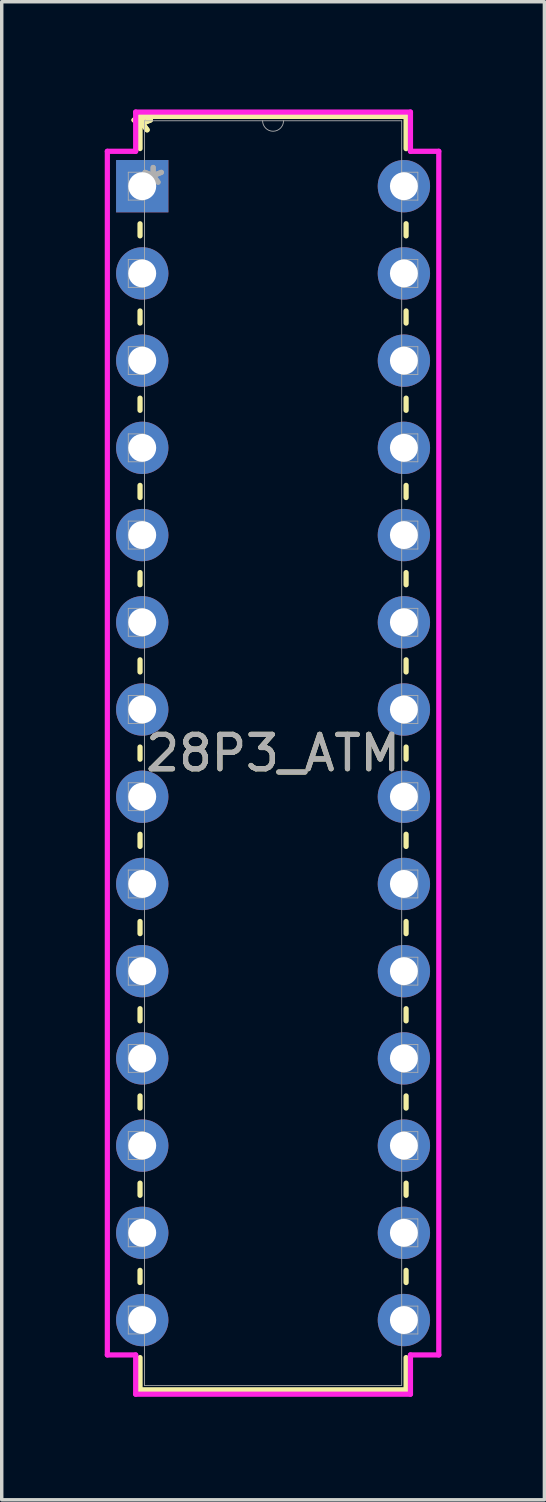
<source format=kicad_pcb>
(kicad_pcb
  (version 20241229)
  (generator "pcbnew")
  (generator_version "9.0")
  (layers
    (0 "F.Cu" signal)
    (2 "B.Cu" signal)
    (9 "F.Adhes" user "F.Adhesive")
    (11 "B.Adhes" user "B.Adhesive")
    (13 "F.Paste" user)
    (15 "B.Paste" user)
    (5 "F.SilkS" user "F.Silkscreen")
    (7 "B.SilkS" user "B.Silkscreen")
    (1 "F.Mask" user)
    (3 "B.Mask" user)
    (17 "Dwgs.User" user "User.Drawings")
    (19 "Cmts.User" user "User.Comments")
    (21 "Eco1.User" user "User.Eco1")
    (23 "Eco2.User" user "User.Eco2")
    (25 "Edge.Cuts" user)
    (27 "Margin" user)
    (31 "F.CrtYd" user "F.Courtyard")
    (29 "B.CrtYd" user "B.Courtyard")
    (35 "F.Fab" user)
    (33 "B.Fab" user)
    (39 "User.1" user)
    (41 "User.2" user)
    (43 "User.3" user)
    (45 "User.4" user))
  (footprint "28P3_ATM"
    (layer "F.Cu")
    (at 1.092 2.372)
    (property "Reference" "28P3_ATM" (at 3.81 16.51 0) (unlocked yes) (layer "F.SilkS") (effects (font (size 1 1) (thickness 0.15))))
    (attr through_hole)
    (fp_line (start -0.064 -2.032) (end -0.064 -1.095) (stroke (width 0.152) (type solid)) (layer "F.SilkS"))
    (fp_line (start -0.064 1.095) (end -0.064 1.447) (stroke (width 0.152) (type solid)) (layer "F.SilkS"))
    (fp_line (start -0.064 3.633) (end -0.064 3.987) (stroke (width 0.152) (type solid)) (layer "F.SilkS"))
    (fp_line (start -0.064 6.173) (end -0.064 6.527) (stroke (width 0.152) (type solid)) (layer "F.SilkS"))
    (fp_line (start -0.064 8.713) (end -0.064 9.067) (stroke (width 0.152) (type solid)) (layer "F.SilkS"))
    (fp_line (start -0.064 11.253) (end -0.064 11.607) (stroke (width 0.152) (type solid)) (layer "F.SilkS"))
    (fp_line (start -0.064 13.793) (end -0.064 14.147) (stroke (width 0.152) (type solid)) (layer "F.SilkS"))
    (fp_line (start -0.064 16.333) (end -0.064 16.687) (stroke (width 0.152) (type solid)) (layer "F.SilkS"))
    (fp_line (start -0.064 18.873) (end -0.064 19.227) (stroke (width 0.152) (type solid)) (layer "F.SilkS"))
    (fp_line (start -0.064 21.413) (end -0.064 21.767) (stroke (width 0.152) (type solid)) (layer "F.SilkS"))
    (fp_line (start -0.064 23.953) (end -0.064 24.307) (stroke (width 0.152) (type solid)) (layer "F.SilkS"))
    (fp_line (start -0.064 26.493) (end -0.064 26.847) (stroke (width 0.152) (type solid)) (layer "F.SilkS"))
    (fp_line (start -0.064 29.033) (end -0.064 29.387) (stroke (width 0.152) (type solid)) (layer "F.SilkS"))
    (fp_line (start -0.064 31.573) (end -0.064 31.927) (stroke (width 0.152) (type solid)) (layer "F.SilkS"))
    (fp_line (start -0.064 34.113) (end -0.064 35.052) (stroke (width 0.152) (type solid)) (layer "F.SilkS"))
    (fp_line (start -0.064 35.052) (end 7.684 35.052) (stroke (width 0.152) (type solid)) (layer "F.SilkS"))
    (fp_line (start 7.684 -2.032) (end -0.064 -2.032) (stroke (width 0.152) (type solid)) (layer "F.SilkS"))
    (fp_line (start 7.684 -1.093) (end 7.684 -2.032) (stroke (width 0.152) (type solid)) (layer "F.SilkS"))
    (fp_line (start 7.684 1.447) (end 7.684 1.093) (stroke (width 0.152) (type solid)) (layer "F.SilkS"))
    (fp_line (start 7.684 3.987) (end 7.684 3.633) (stroke (width 0.152) (type solid)) (layer "F.SilkS"))
    (fp_line (start 7.684 6.527) (end 7.684 6.173) (stroke (width 0.152) (type solid)) (layer "F.SilkS"))
    (fp_line (start 7.684 9.067) (end 7.684 8.713) (stroke (width 0.152) (type solid)) (layer "F.SilkS"))
    (fp_line (start 7.684 11.607) (end 7.684 11.253) (stroke (width 0.152) (type solid)) (layer "F.SilkS"))
    (fp_line (start 7.684 14.147) (end 7.684 13.793) (stroke (width 0.152) (type solid)) (layer "F.SilkS"))
    (fp_line (start 7.684 16.687) (end 7.684 16.333) (stroke (width 0.152) (type solid)) (layer "F.SilkS"))
    (fp_line (start 7.684 19.227) (end 7.684 18.873) (stroke (width 0.152) (type solid)) (layer "F.SilkS"))
    (fp_line (start 7.684 21.767) (end 7.684 21.413) (stroke (width 0.152) (type solid)) (layer "F.SilkS"))
    (fp_line (start 7.684 24.307) (end 7.684 23.953) (stroke (width 0.152) (type solid)) (layer "F.SilkS"))
    (fp_line (start 7.684 26.847) (end 7.684 26.493) (stroke (width 0.152) (type solid)) (layer "F.SilkS"))
    (fp_line (start 7.684 29.387) (end 7.684 29.033) (stroke (width 0.152) (type solid)) (layer "F.SilkS"))
    (fp_line (start 7.684 31.927) (end 7.684 31.573) (stroke (width 0.152) (type solid)) (layer "F.SilkS"))
    (fp_line (start 7.684 35.052) (end 7.684 34.113) (stroke (width 0.152) (type solid)) (layer "F.SilkS"))
    (fp_line (start -1.016 -1.016) (end -0.191 -1.016) (stroke (width 0.152) (type solid)) (layer "F.CrtYd"))
    (fp_line (start -1.016 34.036) (end -1.016 -1.016) (stroke (width 0.152) (type solid)) (layer "F.CrtYd"))
    (fp_line (start -0.191 -2.159) (end 7.811 -2.159) (stroke (width 0.152) (type solid)) (layer "F.CrtYd"))
    (fp_line (start -0.191 -1.016) (end -0.191 -2.159) (stroke (width 0.152) (type solid)) (layer "F.CrtYd"))
    (fp_line (start -0.191 34.036) (end -1.016 34.036) (stroke (width 0.152) (type solid)) (layer "F.CrtYd"))
    (fp_line (start -0.191 35.179) (end -0.191 34.036) (stroke (width 0.152) (type solid)) (layer "F.CrtYd"))
    (fp_line (start 7.811 -2.159) (end 7.811 -1.016) (stroke (width 0.152) (type solid)) (layer "F.CrtYd"))
    (fp_line (start 7.811 34.036) (end 7.811 35.179) (stroke (width 0.152) (type solid)) (layer "F.CrtYd"))
    (fp_line (start 7.811 35.179) (end -0.191 35.179) (stroke (width 0.152) (type solid)) (layer "F.CrtYd"))
    (fp_line (start 8.636 -1.016) (end 7.811 -1.016) (stroke (width 0.152) (type solid)) (layer "F.CrtYd"))
    (fp_line (start 8.636 -1.016) (end 8.636 34.036) (stroke (width 0.152) (type solid)) (layer "F.CrtYd"))
    (fp_line (start 8.636 34.036) (end 7.811 34.036) (stroke (width 0.152) (type solid)) (layer "F.CrtYd"))
    (fp_line (start -0.406 -0.406) (end -0.406 0.406) (stroke (width 0.025) (type solid)) (layer "F.Fab"))
    (fp_line (start -0.406 0.406) (end 0.064 0.406) (stroke (width 0.025) (type solid)) (layer "F.Fab"))
    (fp_line (start -0.406 2.134) (end -0.406 2.946) (stroke (width 0.025) (type solid)) (layer "F.Fab"))
    (fp_line (start -0.406 2.946) (end 0.064 2.946) (stroke (width 0.025) (type solid)) (layer "F.Fab"))
    (fp_line (start -0.406 4.674) (end -0.406 5.486) (stroke (width 0.025) (type solid)) (layer "F.Fab"))
    (fp_line (start -0.406 5.486) (end 0.064 5.486) (stroke (width 0.025) (type solid)) (layer "F.Fab"))
    (fp_line (start -0.406 7.214) (end -0.406 8.026) (stroke (width 0.025) (type solid)) (layer "F.Fab"))
    (fp_line (start -0.406 8.026) (end 0.064 8.026) (stroke (width 0.025) (type solid)) (layer "F.Fab"))
    (fp_line (start -0.406 9.754) (end -0.406 10.566) (stroke (width 0.025) (type solid)) (layer "F.Fab"))
    (fp_line (start -0.406 10.566) (end 0.064 10.566) (stroke (width 0.025) (type solid)) (layer "F.Fab"))
    (fp_line (start -0.406 12.294) (end -0.406 13.106) (stroke (width 0.025) (type solid)) (layer "F.Fab"))
    (fp_line (start -0.406 13.106) (end 0.064 13.106) (stroke (width 0.025) (type solid)) (layer "F.Fab"))
    (fp_line (start -0.406 14.834) (end -0.406 15.646) (stroke (width 0.025) (type solid)) (layer "F.Fab"))
    (fp_line (start -0.406 15.646) (end 0.064 15.646) (stroke (width 0.025) (type solid)) (layer "F.Fab"))
    (fp_line (start -0.406 17.374) (end -0.406 18.186) (stroke (width 0.025) (type solid)) (layer "F.Fab"))
    (fp_line (start -0.406 18.186) (end 0.064 18.186) (stroke (width 0.025) (type solid)) (layer "F.Fab"))
    (fp_line (start -0.406 19.914) (end -0.406 20.726) (stroke (width 0.025) (type solid)) (layer "F.Fab"))
    (fp_line (start -0.406 20.726) (end 0.064 20.726) (stroke (width 0.025) (type solid)) (layer "F.Fab"))
    (fp_line (start -0.406 22.454) (end -0.406 23.266) (stroke (width 0.025) (type solid)) (layer "F.Fab"))
    (fp_line (start -0.406 23.266) (end 0.064 23.266) (stroke (width 0.025) (type solid)) (layer "F.Fab"))
    (fp_line (start -0.406 24.994) (end -0.406 25.806) (stroke (width 0.025) (type solid)) (layer "F.Fab"))
    (fp_line (start -0.406 25.806) (end 0.064 25.806) (stroke (width 0.025) (type solid)) (layer "F.Fab"))
    (fp_line (start -0.406 27.534) (end -0.406 28.346) (stroke (width 0.025) (type solid)) (layer "F.Fab"))
    (fp_line (start -0.406 28.346) (end 0.064 28.346) (stroke (width 0.025) (type solid)) (layer "F.Fab"))
    (fp_line (start -0.406 30.074) (end -0.406 30.886) (stroke (width 0.025) (type solid)) (layer "F.Fab"))
    (fp_line (start -0.406 30.886) (end 0.064 30.886) (stroke (width 0.025) (type solid)) (layer "F.Fab"))
    (fp_line (start -0.406 32.614) (end -0.406 33.426) (stroke (width 0.025) (type solid)) (layer "F.Fab"))
    (fp_line (start -0.406 33.426) (end 0.064 33.426) (stroke (width 0.025) (type solid)) (layer "F.Fab"))
    (fp_line (start 0.064 -1.905) (end 0.064 34.925) (stroke (width 0.025) (type solid)) (layer "F.Fab"))
    (fp_line (start 0.064 -0.406) (end -0.406 -0.406) (stroke (width 0.025) (type solid)) (layer "F.Fab"))
    (fp_line (start 0.064 0.406) (end 0.064 -0.406) (stroke (width 0.025) (type solid)) (layer "F.Fab"))
    (fp_line (start 0.064 2.134) (end -0.406 2.134) (stroke (width 0.025) (type solid)) (layer "F.Fab"))
    (fp_line (start 0.064 2.946) (end 0.064 2.134) (stroke (width 0.025) (type solid)) (layer "F.Fab"))
    (fp_line (start 0.064 4.674) (end -0.406 4.674) (stroke (width 0.025) (type solid)) (layer "F.Fab"))
    (fp_line (start 0.064 5.486) (end 0.064 4.674) (stroke (width 0.025) (type solid)) (layer "F.Fab"))
    (fp_line (start 0.064 7.214) (end -0.406 7.214) (stroke (width 0.025) (type solid)) (layer "F.Fab"))
    (fp_line (start 0.064 8.026) (end 0.064 7.214) (stroke (width 0.025) (type solid)) (layer "F.Fab"))
    (fp_line (start 0.064 9.754) (end -0.406 9.754) (stroke (width 0.025) (type solid)) (layer "F.Fab"))
    (fp_line (start 0.064 10.566) (end 0.064 9.754) (stroke (width 0.025) (type solid)) (layer "F.Fab"))
    (fp_line (start 0.064 12.294) (end -0.406 12.294) (stroke (width 0.025) (type solid)) (layer "F.Fab"))
    (fp_line (start 0.064 13.106) (end 0.064 12.294) (stroke (width 0.025) (type solid)) (layer "F.Fab"))
    (fp_line (start 0.064 14.834) (end -0.406 14.834) (stroke (width 0.025) (type solid)) (layer "F.Fab"))
    (fp_line (start 0.064 15.646) (end 0.064 14.834) (stroke (width 0.025) (type solid)) (layer "F.Fab"))
    (fp_line (start 0.064 17.374) (end -0.406 17.374) (stroke (width 0.025) (type solid)) (layer "F.Fab"))
    (fp_line (start 0.064 18.186) (end 0.064 17.374) (stroke (width 0.025) (type solid)) (layer "F.Fab"))
    (fp_line (start 0.064 19.914) (end -0.406 19.914) (stroke (width 0.025) (type solid)) (layer "F.Fab"))
    (fp_line (start 0.064 20.726) (end 0.064 19.914) (stroke (width 0.025) (type solid)) (layer "F.Fab"))
    (fp_line (start 0.064 22.454) (end -0.406 22.454) (stroke (width 0.025) (type solid)) (layer "F.Fab"))
    (fp_line (start 0.064 23.266) (end 0.064 22.454) (stroke (width 0.025) (type solid)) (layer "F.Fab"))
    (fp_line (start 0.064 24.994) (end -0.406 24.994) (stroke (width 0.025) (type solid)) (layer "F.Fab"))
    (fp_line (start 0.064 25.806) (end 0.064 24.994) (stroke (width 0.025) (type solid)) (layer "F.Fab"))
    (fp_line (start 0.064 27.534) (end -0.406 27.534) (stroke (width 0.025) (type solid)) (layer "F.Fab"))
    (fp_line (start 0.064 28.346) (end 0.064 27.534) (stroke (width 0.025) (type solid)) (layer "F.Fab"))
    (fp_line (start 0.064 30.074) (end -0.406 30.074) (stroke (width 0.025) (type solid)) (layer "F.Fab"))
    (fp_line (start 0.064 30.886) (end 0.064 30.074) (stroke (width 0.025) (type solid)) (layer "F.Fab"))
    (fp_line (start 0.064 32.614) (end -0.406 32.614) (stroke (width 0.025) (type solid)) (layer "F.Fab"))
    (fp_line (start 0.064 33.426) (end 0.064 32.614) (stroke (width 0.025) (type solid)) (layer "F.Fab"))
    (fp_line (start 0.064 34.925) (end 7.556 34.925) (stroke (width 0.025) (type solid)) (layer "F.Fab"))
    (fp_line (start 7.556 -1.905) (end 0.064 -1.905) (stroke (width 0.025) (type solid)) (layer "F.Fab"))
    (fp_line (start 7.556 -0.406) (end 7.556 0.406) (stroke (width 0.025) (type solid)) (layer "F.Fab"))
    (fp_line (start 7.556 0.406) (end 8.026 0.406) (stroke (width 0.025) (type solid)) (layer "F.Fab"))
    (fp_line (start 7.556 2.134) (end 7.556 2.946) (stroke (width 0.025) (type solid)) (layer "F.Fab"))
    (fp_line (start 7.556 2.946) (end 8.026 2.946) (stroke (width 0.025) (type solid)) (layer "F.Fab"))
    (fp_line (start 7.556 4.674) (end 7.556 5.486) (stroke (width 0.025) (type solid)) (layer "F.Fab"))
    (fp_line (start 7.556 5.486) (end 8.026 5.486) (stroke (width 0.025) (type solid)) (layer "F.Fab"))
    (fp_line (start 7.556 7.214) (end 7.556 8.026) (stroke (width 0.025) (type solid)) (layer "F.Fab"))
    (fp_line (start 7.556 8.026) (end 8.026 8.026) (stroke (width 0.025) (type solid)) (layer "F.Fab"))
    (fp_line (start 7.556 9.754) (end 7.556 10.566) (stroke (width 0.025) (type solid)) (layer "F.Fab"))
    (fp_line (start 7.556 10.566) (end 8.026 10.566) (stroke (width 0.025) (type solid)) (layer "F.Fab"))
    (fp_line (start 7.556 12.294) (end 7.556 13.106) (stroke (width 0.025) (type solid)) (layer "F.Fab"))
    (fp_line (start 7.556 13.106) (end 8.026 13.106) (stroke (width 0.025) (type solid)) (layer "F.Fab"))
    (fp_line (start 7.556 14.834) (end 7.556 15.646) (stroke (width 0.025) (type solid)) (layer "F.Fab"))
    (fp_line (start 7.556 15.646) (end 8.026 15.646) (stroke (width 0.025) (type solid)) (layer "F.Fab"))
    (fp_line (start 7.556 17.374) (end 7.556 18.186) (stroke (width 0.025) (type solid)) (layer "F.Fab"))
    (fp_line (start 7.556 18.186) (end 8.026 18.186) (stroke (width 0.025) (type solid)) (layer "F.Fab"))
    (fp_line (start 7.556 19.914) (end 7.556 20.726) (stroke (width 0.025) (type solid)) (layer "F.Fab"))
    (fp_line (start 7.556 20.726) (end 8.026 20.726) (stroke (width 0.025) (type solid)) (layer "F.Fab"))
    (fp_line (start 7.556 22.454) (end 7.556 23.266) (stroke (width 0.025) (type solid)) (layer "F.Fab"))
    (fp_line (start 7.556 23.266) (end 8.026 23.266) (stroke (width 0.025) (type solid)) (layer "F.Fab"))
    (fp_line (start 7.556 24.994) (end 7.556 25.806) (stroke (width 0.025) (type solid)) (layer "F.Fab"))
    (fp_line (start 7.556 25.806) (end 8.026 25.806) (stroke (width 0.025) (type solid)) (layer "F.Fab"))
    (fp_line (start 7.556 27.534) (end 7.556 28.346) (stroke (width 0.025) (type solid)) (layer "F.Fab"))
    (fp_line (start 7.556 28.346) (end 8.026 28.346) (stroke (width 0.025) (type solid)) (layer "F.Fab"))
    (fp_line (start 7.556 30.074) (end 7.556 30.886) (stroke (width 0.025) (type solid)) (layer "F.Fab"))
    (fp_line (start 7.556 30.886) (end 8.026 30.886) (stroke (width 0.025) (type solid)) (layer "F.Fab"))
    (fp_line (start 7.556 32.614) (end 7.556 33.426) (stroke (width 0.025) (type solid)) (layer "F.Fab"))
    (fp_line (start 7.556 33.426) (end 8.026 33.426) (stroke (width 0.025) (type solid)) (layer "F.Fab"))
    (fp_line (start 7.556 34.925) (end 7.556 -1.905) (stroke (width 0.025) (type solid)) (layer "F.Fab"))
    (fp_line (start 8.026 -0.406) (end 7.556 -0.406) (stroke (width 0.025) (type solid)) (layer "F.Fab"))
    (fp_line (start 8.026 0.406) (end 8.026 -0.406) (stroke (width 0.025) (type solid)) (layer "F.Fab"))
    (fp_line (start 8.026 2.134) (end 7.556 2.134) (stroke (width 0.025) (type solid)) (layer "F.Fab"))
    (fp_line (start 8.026 2.946) (end 8.026 2.134) (stroke (width 0.025) (type solid)) (layer "F.Fab"))
    (fp_line (start 8.026 4.674) (end 7.556 4.674) (stroke (width 0.025) (type solid)) (layer "F.Fab"))
    (fp_line (start 8.026 5.486) (end 8.026 4.674) (stroke (width 0.025) (type solid)) (layer "F.Fab"))
    (fp_line (start 8.026 7.214) (end 7.556 7.214) (stroke (width 0.025) (type solid)) (layer "F.Fab"))
    (fp_line (start 8.026 8.026) (end 8.026 7.214) (stroke (width 0.025) (type solid)) (layer "F.Fab"))
    (fp_line (start 8.026 9.754) (end 7.556 9.754) (stroke (width 0.025) (type solid)) (layer "F.Fab"))
    (fp_line (start 8.026 10.566) (end 8.026 9.754) (stroke (width 0.025) (type solid)) (layer "F.Fab"))
    (fp_line (start 8.026 12.294) (end 7.556 12.294) (stroke (width 0.025) (type solid)) (layer "F.Fab"))
    (fp_line (start 8.026 13.106) (end 8.026 12.294) (stroke (width 0.025) (type solid)) (layer "F.Fab"))
    (fp_line (start 8.026 14.834) (end 7.556 14.834) (stroke (width 0.025) (type solid)) (layer "F.Fab"))
    (fp_line (start 8.026 15.646) (end 8.026 14.834) (stroke (width 0.025) (type solid)) (layer "F.Fab"))
    (fp_line (start 8.026 17.374) (end 7.556 17.374) (stroke (width 0.025) (type solid)) (layer "F.Fab"))
    (fp_line (start 8.026 18.186) (end 8.026 17.374) (stroke (width 0.025) (type solid)) (layer "F.Fab"))
    (fp_line (start 8.026 19.914) (end 7.556 19.914) (stroke (width 0.025) (type solid)) (layer "F.Fab"))
    (fp_line (start 8.026 20.726) (end 8.026 19.914) (stroke (width 0.025) (type solid)) (layer "F.Fab"))
    (fp_line (start 8.026 22.454) (end 7.556 22.454) (stroke (width 0.025) (type solid)) (layer "F.Fab"))
    (fp_line (start 8.026 23.266) (end 8.026 22.454) (stroke (width 0.025) (type solid)) (layer "F.Fab"))
    (fp_line (start 8.026 24.994) (end 7.556 24.994) (stroke (width 0.025) (type solid)) (layer "F.Fab"))
    (fp_line (start 8.026 25.806) (end 8.026 24.994) (stroke (width 0.025) (type solid)) (layer "F.Fab"))
    (fp_line (start 8.026 27.534) (end 7.556 27.534) (stroke (width 0.025) (type solid)) (layer "F.Fab"))
    (fp_line (start 8.026 28.346) (end 8.026 27.534) (stroke (width 0.025) (type solid)) (layer "F.Fab"))
    (fp_line (start 8.026 30.074) (end 7.556 30.074) (stroke (width 0.025) (type solid)) (layer "F.Fab"))
    (fp_line (start 8.026 30.886) (end 8.026 30.074) (stroke (width 0.025) (type solid)) (layer "F.Fab"))
    (fp_line (start 8.026 32.614) (end 7.556 32.614) (stroke (width 0.025) (type solid)) (layer "F.Fab"))
    (fp_line (start 8.026 33.426) (end 8.026 32.614) (stroke (width 0.025) (type solid)) (layer "F.Fab"))
    (fp_arc (start 4.1148 -1.905) (mid 3.81 -1.6002) (end 3.5052 -1.905) (stroke (width 0.0254) (type solid)) (layer "F.Fab"))
    (fp_text user "*" (at 0 -1.524 0) (unlocked yes) (layer "F.SilkS") (effects (font (size 1 1) (thickness 0.15))))
    (fp_text user "*" (at 0 -1.524 0) (layer "F.SilkS") (effects (font (size 1 1) (thickness 0.15))))
    (fp_text user "${REFERENCE}" (at 3.81 16.51 0) (unlocked yes) (layer "F.Fab") (effects (font (size 1 1) (thickness 0.15))))
    (fp_text user "*" (at 0.318 0 0) (unlocked yes) (layer "F.Fab") (effects (font (size 1 1) (thickness 0.15))))
    (fp_text user "*" (at 0.318 0 0) (layer "F.Fab") (effects (font (size 1 1) (thickness 0.15))))
    (pad "1" thru_hole rect (at 0 0) (size 1.524 1.524) (drill 0.813) (layers "*.Cu" "*.Mask"))
    (pad "2" thru_hole circle (at 0 2.54) (size 1.524 1.524) (drill 0.813) (layers "*.Cu" "*.Mask"))
    (pad "3" thru_hole circle (at 0 5.08) (size 1.524 1.524) (drill 0.813) (layers "*.Cu" "*.Mask"))
    (pad "4" thru_hole circle (at 0 7.62) (size 1.524 1.524) (drill 0.813) (layers "*.Cu" "*.Mask"))
    (pad "5" thru_hole circle (at 0 10.16) (size 1.524 1.524) (drill 0.813) (layers "*.Cu" "*.Mask"))
    (pad "6" thru_hole circle (at 0 12.7) (size 1.524 1.524) (drill 0.813) (layers "*.Cu" "*.Mask"))
    (pad "7" thru_hole circle (at 0 15.24) (size 1.524 1.524) (drill 0.813) (layers "*.Cu" "*.Mask"))
    (pad "8" thru_hole circle (at 0 17.78) (size 1.524 1.524) (drill 0.813) (layers "*.Cu" "*.Mask"))
    (pad "9" thru_hole circle (at 0 20.32) (size 1.524 1.524) (drill 0.813) (layers "*.Cu" "*.Mask"))
    (pad "10" thru_hole circle (at 0 22.86) (size 1.524 1.524) (drill 0.813) (layers "*.Cu" "*.Mask"))
    (pad "11" thru_hole circle (at 0 25.4) (size 1.524 1.524) (drill 0.813) (layers "*.Cu" "*.Mask"))
    (pad "12" thru_hole circle (at 0 27.94) (size 1.524 1.524) (drill 0.813) (layers "*.Cu" "*.Mask"))
    (pad "13" thru_hole circle (at 0 30.48) (size 1.524 1.524) (drill 0.813) (layers "*.Cu" "*.Mask"))
    (pad "14" thru_hole circle (at 0 33.02) (size 1.524 1.524) (drill 0.813) (layers "*.Cu" "*.Mask"))
    (pad "15" thru_hole circle (at 7.62 33.02) (size 1.524 1.524) (drill 0.813) (layers "*.Cu" "*.Mask"))
    (pad "16" thru_hole circle (at 7.62 30.48) (size 1.524 1.524) (drill 0.813) (layers "*.Cu" "*.Mask"))
    (pad "17" thru_hole circle (at 7.62 27.94) (size 1.524 1.524) (drill 0.813) (layers "*.Cu" "*.Mask"))
    (pad "18" thru_hole circle (at 7.62 25.4) (size 1.524 1.524) (drill 0.813) (layers "*.Cu" "*.Mask"))
    (pad "19" thru_hole circle (at 7.62 22.86) (size 1.524 1.524) (drill 0.813) (layers "*.Cu" "*.Mask"))
    (pad "20" thru_hole circle (at 7.62 20.32) (size 1.524 1.524) (drill 0.813) (layers "*.Cu" "*.Mask"))
    (pad "21" thru_hole circle (at 7.62 17.78) (size 1.524 1.524) (drill 0.813) (layers "*.Cu" "*.Mask"))
    (pad "22" thru_hole circle (at 7.62 15.24) (size 1.524 1.524) (drill 0.813) (layers "*.Cu" "*.Mask"))
    (pad "23" thru_hole circle (at 7.62 12.7) (size 1.524 1.524) (drill 0.813) (layers "*.Cu" "*.Mask"))
    (pad "24" thru_hole circle (at 7.62 10.16) (size 1.524 1.524) (drill 0.813) (layers "*.Cu" "*.Mask"))
    (pad "25" thru_hole circle (at 7.62 7.62) (size 1.524 1.524) (drill 0.813) (layers "*.Cu" "*.Mask"))
    (pad "26" thru_hole circle (at 7.62 5.08) (size 1.524 1.524) (drill 0.813) (layers "*.Cu" "*.Mask"))
    (pad "27" thru_hole circle (at 7.62 2.54) (size 1.524 1.524) (drill 0.813) (layers "*.Cu" "*.Mask"))
    (pad "28" thru_hole circle (at 7.62 0) (size 1.524 1.524) (drill 0.813) (layers "*.Cu" "*.Mask")))
  (gr_rect
    (start -3 -3)
    (end 12.804 40.627)
    (stroke (width 0.1) (type default))
    (fill no)
    (layer "Edge.Cuts")))
</source>
